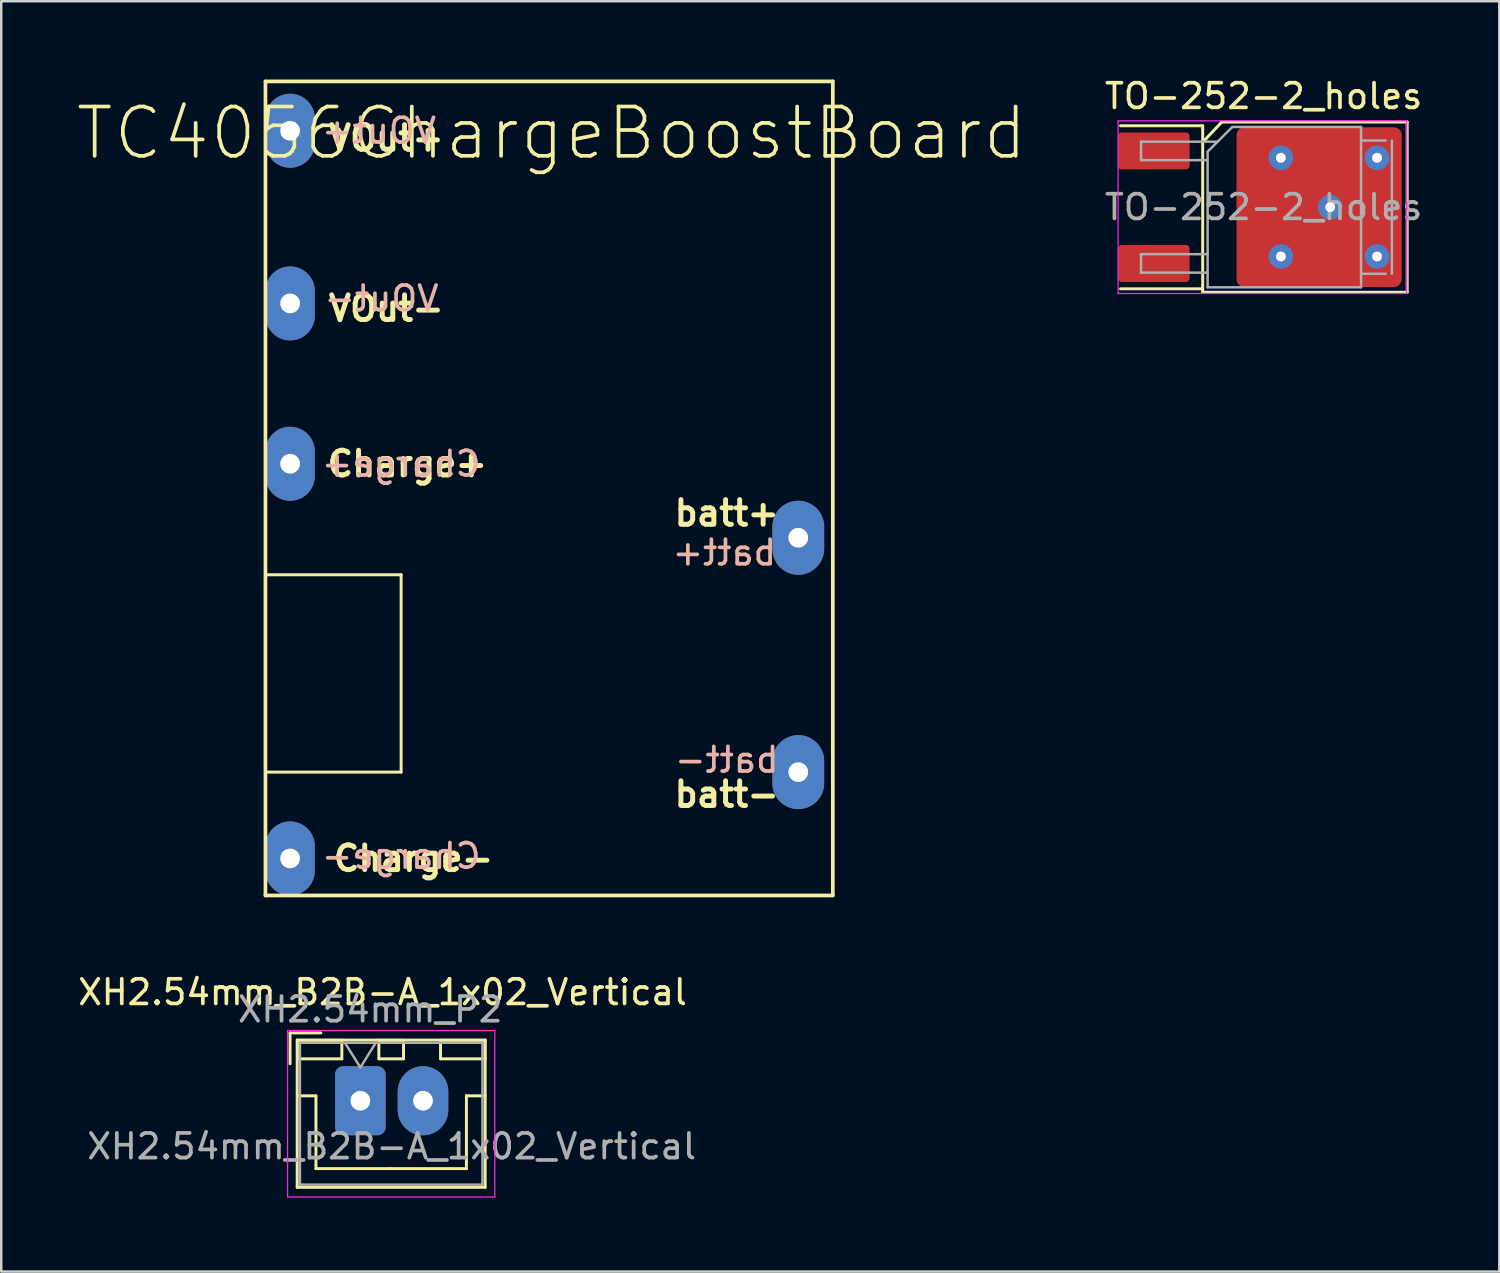
<source format=kicad_pcb>
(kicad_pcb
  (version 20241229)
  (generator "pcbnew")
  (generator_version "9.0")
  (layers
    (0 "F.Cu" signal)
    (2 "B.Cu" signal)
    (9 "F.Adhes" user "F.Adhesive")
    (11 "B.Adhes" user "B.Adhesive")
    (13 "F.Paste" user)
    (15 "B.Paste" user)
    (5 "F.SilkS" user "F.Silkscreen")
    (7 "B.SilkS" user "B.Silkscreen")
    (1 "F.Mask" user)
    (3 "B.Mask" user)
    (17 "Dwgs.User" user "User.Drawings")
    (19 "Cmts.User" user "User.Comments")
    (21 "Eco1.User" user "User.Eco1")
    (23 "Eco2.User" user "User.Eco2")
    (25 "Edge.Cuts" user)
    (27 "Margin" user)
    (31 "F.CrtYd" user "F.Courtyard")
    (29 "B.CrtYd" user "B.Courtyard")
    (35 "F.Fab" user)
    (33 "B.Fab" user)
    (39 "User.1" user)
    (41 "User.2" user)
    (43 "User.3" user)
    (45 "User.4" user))
  (footprint "TC4056ChargeBoostBoard"
    (layer "F.Cu")
    (at 7.711 0.25)
    (property "Reference" "TC4056ChargeBoostBoard" (at 11.6 2.1 0) (layer "F.SilkS") (effects (font (size 2 2) (thickness 0.15))))
    (attr through_hole)
    (fp_line (start 0 0) (end 0 33) (stroke (width 0.15) (type solid)) (layer "F.SilkS"))
    (fp_line (start 0 20) (end 0 28) (stroke (width 0.12) (type solid)) (layer "F.SilkS"))
    (fp_line (start 0 28) (end 5.5 28) (stroke (width 0.12) (type solid)) (layer "F.SilkS"))
    (fp_line (start 0 33) (end 23 33) (stroke (width 0.15) (type solid)) (layer "F.SilkS"))
    (fp_line (start 5.5 20) (end 0 20) (stroke (width 0.12) (type solid)) (layer "F.SilkS"))
    (fp_line (start 5.5 28) (end 5.5 20) (stroke (width 0.12) (type solid)) (layer "F.SilkS"))
    (fp_line (start 23 0) (end 0 0) (stroke (width 0.15) (type solid)) (layer "F.SilkS"))
    (fp_line (start 23 33) (end 23 0) (stroke (width 0.15) (type solid)) (layer "F.SilkS"))
    (fp_text user "VOut+" (at 4.9 2.3 0) (layer "F.SilkS") (effects (font (size 1 1) (thickness 0.2))))
    (fp_text user "VOut-" (at 4.9 9.2 0) (layer "F.SilkS") (effects (font (size 1 1) (thickness 0.2))))
    (fp_text user "Charge+" (at 5.75 15.5 0) (layer "F.SilkS") (effects (font (size 1 1) (thickness 0.2))))
    (fp_text user "batt+" (at 18.7 17.5 0) (layer "F.SilkS") (effects (font (size 1 1) (thickness 0.2))))
    (fp_text user "batt-" (at 18.7 28.9 0) (layer "F.SilkS") (effects (font (size 1 1) (thickness 0.2))))
    (fp_text user "Charge-" (at 6 31.5 0) (layer "F.SilkS") (effects (font (size 1 1) (thickness 0.2))))
    (fp_text user "batt+" (at 18.6 19.1 0) (layer "B.SilkS") (effects (font (size 1 1) (thickness 0.15)) (justify mirror)))
    (fp_text user "VOut+" (at 4.6 2 0) (layer "B.SilkS") (effects (font (size 1 1) (thickness 0.15)) (justify mirror)))
    (fp_text user "VOut-" (at 4.7 8.8 0) (layer "B.SilkS") (effects (font (size 1 1) (thickness 0.15)) (justify mirror)))
    (fp_text user "Charge-" (at 5.5 31.4 0) (layer "B.SilkS") (effects (font (size 1 1) (thickness 0.15)) (justify mirror)))
    (fp_text user "batt-" (at 18.7 27.5 0) (layer "B.SilkS") (effects (font (size 1 1) (thickness 0.15)) (justify mirror)))
    (fp_text user "Charge+" (at 5.5 15.5 0) (layer "B.SilkS") (effects (font (size 1 1) (thickness 0.15)) (justify mirror)))
    (pad "1" thru_hole oval (at 1 31.5) (size 2 3) (drill 0.8) (layers "*.Cu" "*.Mask"))
    (pad "2" thru_hole oval (at 1 15.5) (size 2 3) (drill 0.8) (layers "*.Cu" "*.Mask"))
    (pad "3" thru_hole oval (at 1 9) (size 2 3) (drill 0.8) (layers "*.Cu" "*.Mask"))
    (pad "4" thru_hole oval (at 1 2) (size 2 3) (drill 0.8) (layers "*.Cu" "*.Mask"))
    (pad "5" thru_hole oval (at 21.6 18.5) (size 2.1 3) (drill 0.8) (layers "*.Cu" "*.Mask"))
    (pad "6" thru_hole oval (at 21.6 28) (size 2.1 3) (drill 0.8) (layers "*.Cu" "*.Mask")))
  (footprint "TO-252-2_holes"
    (layer "F.Cu")
    (at 48.175 5.348)
    (property "Reference" "TO-252-2_holes" (at 0 -4.5 0) (layer "F.SilkS") (effects (font (size 1 1) (thickness 0.15))))
    (attr smd)
    (fp_line (start -2.47 -3.3) (end -5.8 -3.3) (stroke (width 0.12) (type solid)) (layer "F.SilkS"))
    (fp_line (start -2.47 -3.3) (end -2.47 -3.18) (stroke (width 0.12) (type solid)) (layer "F.SilkS"))
    (fp_line (start -2.47 -3.18) (end -2.47 3.18) (stroke (width 0.12) (type solid)) (layer "F.SilkS"))
    (fp_line (start -2.47 3.31) (end -5.8 3.31) (stroke (width 0.12) (type solid)) (layer "F.SilkS"))
    (fp_line (start -2.47 3.45) (end -2.47 3.18) (stroke (width 0.12) (type solid)) (layer "F.SilkS"))
    (fp_line (start -1.7 -3.45) (end -2.475 -2.625) (stroke (width 0.12) (type solid)) (layer "F.SilkS"))
    (fp_line (start 5.82 -3.45) (end -1.7 -3.45) (stroke (width 0.12) (type solid)) (layer "F.SilkS"))
    (fp_line (start 5.82 -3.45) (end 5.82 3.45) (stroke (width 0.12) (type solid)) (layer "F.SilkS"))
    (fp_line (start 5.82 3.45) (end -2.47 3.45) (stroke (width 0.12) (type solid)) (layer "F.SilkS"))
    (fp_line (start -5.9 -3.5) (end -5.9 3.5) (stroke (width 0.05) (type solid)) (layer "F.CrtYd"))
    (fp_line (start -5.9 3.5) (end 5.8 3.5) (stroke (width 0.05) (type solid)) (layer "F.CrtYd"))
    (fp_line (start 5.8 -3.5) (end -5.9 -3.5) (stroke (width 0.05) (type solid)) (layer "F.CrtYd"))
    (fp_line (start 5.8 3.5) (end 5.8 -3.5) (stroke (width 0.05) (type solid)) (layer "F.CrtYd"))
    (fp_line (start -4.97 -2.655) (end -4.97 -1.905) (stroke (width 0.1) (type solid)) (layer "F.Fab"))
    (fp_line (start -4.97 -1.905) (end -2.27 -1.905) (stroke (width 0.1) (type solid)) (layer "F.Fab"))
    (fp_line (start -4.97 1.905) (end -4.97 2.655) (stroke (width 0.1) (type solid)) (layer "F.Fab"))
    (fp_line (start -4.97 2.655) (end -2.27 2.655) (stroke (width 0.1) (type solid)) (layer "F.Fab"))
    (fp_line (start -2.27 -2.25) (end -1.27 -3.25) (stroke (width 0.1) (type solid)) (layer "F.Fab"))
    (fp_line (start -2.27 1.905) (end -4.97 1.905) (stroke (width 0.1) (type solid)) (layer "F.Fab"))
    (fp_line (start -2.27 3.25) (end -2.27 -2.25) (stroke (width 0.1) (type solid)) (layer "F.Fab"))
    (fp_line (start -1.865 -2.655) (end -4.97 -2.655) (stroke (width 0.1) (type solid)) (layer "F.Fab"))
    (fp_line (start -1.27 -3.25) (end 3.95 -3.25) (stroke (width 0.1) (type solid)) (layer "F.Fab"))
    (fp_line (start 3.95 -3.25) (end 3.95 3.25) (stroke (width 0.1) (type solid)) (layer "F.Fab"))
    (fp_line (start 3.95 -2.7) (end 4.95 -2.7) (stroke (width 0.1) (type solid)) (layer "F.Fab"))
    (fp_line (start 3.95 3.25) (end -2.27 3.25) (stroke (width 0.1) (type solid)) (layer "F.Fab"))
    (fp_line (start 4.95 2.7) (end 3.95 2.7) (stroke (width 0.1) (type solid)) (layer "F.Fab"))
    (fp_line (start 5.2 -2.7) (end 5.2 2.7) (stroke (width 0.1) (type solid)) (layer "F.Fab"))
    (fp_text user "${REFERENCE}" (at 0 0 0) (layer "F.Fab") (effects (font (size 1 1) (thickness 0.15))))
    (pad "" smd rect (at 0.5 -1.525) (size 3 2.7) (layers "F.Paste"))
    (pad "" smd rect (at 0.5 1.525) (size 3 2.7) (layers "F.Paste"))
    (pad "" smd rect (at 3.95 -1.525) (size 3 2.7) (layers "F.Paste"))
    (pad "" smd rect (at 3.95 1.525) (size 3 2.7) (layers "F.Paste"))
    (pad "D" thru_hole circle (at 0.7 -2) (size 1 1) (drill 0.4) (layers "*.Cu"))
    (pad "D" thru_hole circle (at 0.7 2) (size 1 1) (drill 0.4) (layers "*.Cu"))
    (pad "D" smd roundrect (at 2.25 0) (size 6.7 6.48) (layers "F.Cu" "F.Mask") (roundrect_rratio 0.05))
    (pad "D" thru_hole circle (at 2.7 0) (size 1 1) (drill 0.4) (layers "*.Cu"))
    (pad "D" thru_hole circle (at 4.6 -2) (size 1 1) (drill 0.4) (layers "*.Cu"))
    (pad "D" thru_hole circle (at 4.6 2) (size 1 1) (drill 0.4) (layers "*.Cu"))
    (pad "G" smd roundrect (at -4.45 -2.28) (size 2.9 1.5) (layers "F.Cu" "F.Mask" "F.Paste") (roundrect_rratio 0.1))
    (pad "S" smd roundrect (at -4.45 2.28) (size 2.9 1.5) (layers "F.Cu" "F.Mask" "F.Paste") (roundrect_rratio 0.1)))
  (footprint "XH2.54mm_B2B-A_1x02_Vertical"
    (layer "F.Cu")
    (at 11.558 41.573)
    (property "Reference" "XH2.54mm_B2B-A_1x02_Vertical" (at 0.9 -4.4 180) (layer "F.SilkS") (effects (font (size 1 1) (thickness 0.15))))
    (attr through_hole)
    (fp_line (start -2.85 -2.75) (end -2.85 -1.5) (stroke (width 0.12) (type solid)) (layer "F.SilkS"))
    (fp_line (start -2.56 -2.46) (end -2.56 3.51) (stroke (width 0.12) (type solid)) (layer "F.SilkS"))
    (fp_line (start -2.56 3.51) (end 5.06 3.51) (stroke (width 0.12) (type solid)) (layer "F.SilkS"))
    (fp_line (start -2.55 -2.45) (end -2.55 -1.7) (stroke (width 0.12) (type solid)) (layer "F.SilkS"))
    (fp_line (start -2.55 -1.7) (end -0.75 -1.7) (stroke (width 0.12) (type solid)) (layer "F.SilkS"))
    (fp_line (start -2.55 -0.2) (end -1.8 -0.2) (stroke (width 0.12) (type solid)) (layer "F.SilkS"))
    (fp_line (start -1.8 -0.2) (end -1.8 2.75) (stroke (width 0.12) (type solid)) (layer "F.SilkS"))
    (fp_line (start -1.8 2.75) (end 1.25 2.75) (stroke (width 0.12) (type solid)) (layer "F.SilkS"))
    (fp_line (start -1.6 -2.75) (end -2.85 -2.75) (stroke (width 0.12) (type solid)) (layer "F.SilkS"))
    (fp_line (start -0.75 -2.45) (end -2.55 -2.45) (stroke (width 0.12) (type solid)) (layer "F.SilkS"))
    (fp_line (start -0.75 -1.7) (end -0.75 -2.45) (stroke (width 0.12) (type solid)) (layer "F.SilkS"))
    (fp_line (start 0.75 -2.45) (end 0.75 -1.7) (stroke (width 0.12) (type solid)) (layer "F.SilkS"))
    (fp_line (start 0.75 -1.7) (end 1.75 -1.7) (stroke (width 0.12) (type solid)) (layer "F.SilkS"))
    (fp_line (start 1.75 -2.45) (end 0.75 -2.45) (stroke (width 0.12) (type solid)) (layer "F.SilkS"))
    (fp_line (start 1.75 -1.7) (end 1.75 -2.45) (stroke (width 0.12) (type solid)) (layer "F.SilkS"))
    (fp_line (start 3.25 -2.45) (end 3.25 -1.7) (stroke (width 0.12) (type solid)) (layer "F.SilkS"))
    (fp_line (start 3.25 -1.7) (end 5.05 -1.7) (stroke (width 0.12) (type solid)) (layer "F.SilkS"))
    (fp_line (start 4.3 -0.2) (end 4.3 2.75) (stroke (width 0.12) (type solid)) (layer "F.SilkS"))
    (fp_line (start 4.3 2.75) (end 1.25 2.75) (stroke (width 0.12) (type solid)) (layer "F.SilkS"))
    (fp_line (start 5.05 -2.45) (end 3.25 -2.45) (stroke (width 0.12) (type solid)) (layer "F.SilkS"))
    (fp_line (start 5.05 -1.7) (end 5.05 -2.45) (stroke (width 0.12) (type solid)) (layer "F.SilkS"))
    (fp_line (start 5.05 -0.2) (end 4.3 -0.2) (stroke (width 0.12) (type solid)) (layer "F.SilkS"))
    (fp_line (start 5.06 -2.46) (end -2.56 -2.46) (stroke (width 0.12) (type solid)) (layer "F.SilkS"))
    (fp_line (start 5.06 3.51) (end 5.06 -2.46) (stroke (width 0.12) (type solid)) (layer "F.SilkS"))
    (fp_line (start -2.95 -2.85) (end -2.95 3.9) (stroke (width 0.05) (type solid)) (layer "F.CrtYd"))
    (fp_line (start -2.95 3.9) (end 5.45 3.9) (stroke (width 0.05) (type solid)) (layer "F.CrtYd"))
    (fp_line (start 5.45 -2.85) (end -2.95 -2.85) (stroke (width 0.05) (type solid)) (layer "F.CrtYd"))
    (fp_line (start 5.45 3.9) (end 5.45 -2.85) (stroke (width 0.05) (type solid)) (layer "F.CrtYd"))
    (fp_line (start -2.45 -2.35) (end -2.45 3.4) (stroke (width 0.1) (type solid)) (layer "F.Fab"))
    (fp_line (start -2.45 3.4) (end 4.95 3.4) (stroke (width 0.1) (type solid)) (layer "F.Fab"))
    (fp_line (start -0.625 -2.35) (end 0 -1.35) (stroke (width 0.1) (type solid)) (layer "F.Fab"))
    (fp_line (start 0 -1.35) (end 0.625 -2.35) (stroke (width 0.1) (type solid)) (layer "F.Fab"))
    (fp_line (start 4.95 -2.35) (end -2.45 -2.35) (stroke (width 0.1) (type solid)) (layer "F.Fab"))
    (fp_line (start 4.95 3.4) (end 4.95 -2.35) (stroke (width 0.1) (type solid)) (layer "F.Fab"))
    (fp_text user "XH2.54mm_P2" (at 0.4 -3.7 180) (layer "F.Fab") (effects (font (size 1 1) (thickness 0.15))))
    (fp_text user "${REFERENCE}" (at 1.27 1.85 180) (layer "F.Fab") (effects (font (size 1 1) (thickness 0.15))))
    (pad "1" thru_hole roundrect (at 0 0) (size 2.05 2.8) (drill 0.8) (layers "*.Cu" "*.Mask") (roundrect_rratio 0.16))
    (pad "2" thru_hole oval (at 2.54 0) (size 2.05 2.8) (drill 0.8) (layers "*.Cu" "*.Mask")))
  (gr_rect
    (start -3 -3)
    (end 57.729 48.498)
    (stroke (width 0.1) (type default))
    (fill no)
    (layer "Edge.Cuts")))
</source>
